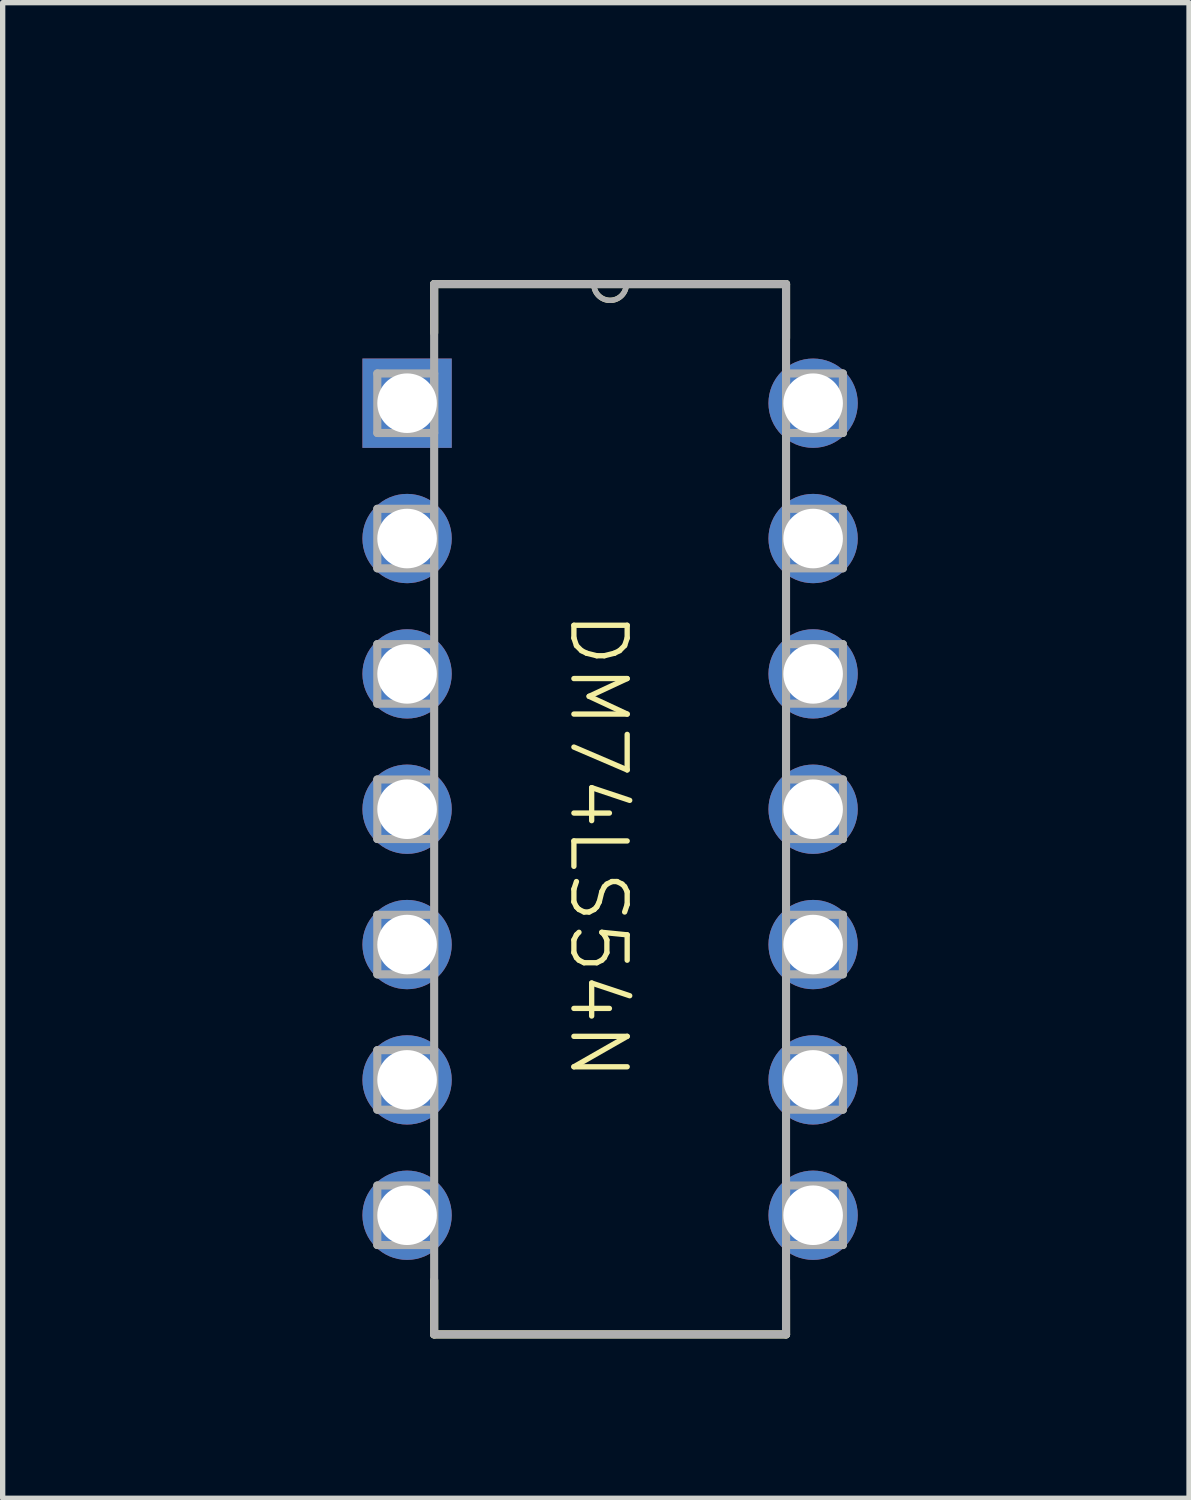
<source format=kicad_pcb>
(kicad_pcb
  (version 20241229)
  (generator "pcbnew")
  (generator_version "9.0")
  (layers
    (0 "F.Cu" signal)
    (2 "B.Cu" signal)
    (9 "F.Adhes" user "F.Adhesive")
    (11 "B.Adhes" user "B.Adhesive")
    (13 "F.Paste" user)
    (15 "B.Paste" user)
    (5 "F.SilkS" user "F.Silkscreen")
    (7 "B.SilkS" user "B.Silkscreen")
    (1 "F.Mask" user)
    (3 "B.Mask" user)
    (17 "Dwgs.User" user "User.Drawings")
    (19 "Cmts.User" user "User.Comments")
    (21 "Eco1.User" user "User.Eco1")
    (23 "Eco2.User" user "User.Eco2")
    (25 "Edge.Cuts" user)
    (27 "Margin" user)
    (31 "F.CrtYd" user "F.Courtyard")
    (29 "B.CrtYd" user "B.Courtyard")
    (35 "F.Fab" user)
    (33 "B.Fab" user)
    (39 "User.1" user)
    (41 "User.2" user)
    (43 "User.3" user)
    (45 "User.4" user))
  (footprint "DM74LS54N"
    (layer "F.Cu")
    (at 7.593 10.921)
    (property "Reference" "DM74LS54N" (at 1.27 -10.16 0) (unlocked yes) (layer "User.1") (effects (font (size 1 1) (thickness 0.1))))
    (attr through_hole)
    (fp_line (start -2.495 -8.639) (end -2.495 -7.724) (stroke (width 0.152) (type solid)) (layer "F.SilkS"))
    (fp_line (start -2.495 10.056) (end -2.495 11.072) (stroke (width 0.152) (type solid)) (layer "F.SilkS"))
    (fp_line (start -2.495 11.072) (end 4.109 11.072) (stroke (width 0.152) (type solid)) (layer "F.SilkS"))
    (fp_line (start 0.502 -8.639) (end -2.495 -8.639) (stroke (width 0.152) (type solid)) (layer "F.SilkS"))
    (fp_line (start 1.112 -8.639) (end 0.502 -8.639) (stroke (width 0.152) (type solid)) (layer "F.SilkS"))
    (fp_line (start 4.109 -8.639) (end 1.112 -8.639) (stroke (width 0.152) (type solid)) (layer "F.SilkS"))
    (fp_line (start 4.109 -7.623) (end 4.109 -8.639) (stroke (width 0.152) (type solid)) (layer "F.SilkS"))
    (fp_line (start 4.109 11.072) (end 4.109 10.056) (stroke (width 0.152) (type solid)) (layer "F.SilkS"))
    (fp_arc (start 1.11155 -8.63889) (mid 0.80675 -8.33409) (end 0.50195 -8.63889) (stroke (width 0.1) (type solid)) (layer "F.SilkS"))
    (fp_line (start -3.562 -6.962) (end -3.562 -5.845) (stroke (width 0.152) (type solid)) (layer "F.Fab"))
    (fp_line (start -3.562 -5.845) (end -2.495 -5.845) (stroke (width 0.152) (type solid)) (layer "F.Fab"))
    (fp_line (start -3.562 -4.422) (end -3.562 -3.305) (stroke (width 0.152) (type solid)) (layer "F.Fab"))
    (fp_line (start -3.562 -3.305) (end -2.495 -3.305) (stroke (width 0.152) (type solid)) (layer "F.Fab"))
    (fp_line (start -3.562 -1.882) (end -3.562 -0.765) (stroke (width 0.152) (type solid)) (layer "F.Fab"))
    (fp_line (start -3.562 -0.765) (end -2.495 -0.765) (stroke (width 0.152) (type solid)) (layer "F.Fab"))
    (fp_line (start -3.562 0.658) (end -3.562 1.775) (stroke (width 0.152) (type solid)) (layer "F.Fab"))
    (fp_line (start -3.562 1.775) (end -2.495 1.775) (stroke (width 0.152) (type solid)) (layer "F.Fab"))
    (fp_line (start -3.562 3.198) (end -3.562 4.315) (stroke (width 0.152) (type solid)) (layer "F.Fab"))
    (fp_line (start -3.562 4.315) (end -2.495 4.315) (stroke (width 0.152) (type solid)) (layer "F.Fab"))
    (fp_line (start -3.562 5.738) (end -3.562 6.855) (stroke (width 0.152) (type solid)) (layer "F.Fab"))
    (fp_line (start -3.562 6.855) (end -2.495 6.855) (stroke (width 0.152) (type solid)) (layer "F.Fab"))
    (fp_line (start -3.562 8.278) (end -3.562 9.395) (stroke (width 0.152) (type solid)) (layer "F.Fab"))
    (fp_line (start -3.562 9.395) (end -2.495 9.395) (stroke (width 0.152) (type solid)) (layer "F.Fab"))
    (fp_line (start -2.495 -8.639) (end -2.495 11.072) (stroke (width 0.152) (type solid)) (layer "F.Fab"))
    (fp_line (start -2.495 -6.962) (end -3.562 -6.962) (stroke (width 0.152) (type solid)) (layer "F.Fab"))
    (fp_line (start -2.495 -5.845) (end -2.495 -6.962) (stroke (width 0.152) (type solid)) (layer "F.Fab"))
    (fp_line (start -2.495 -4.422) (end -3.562 -4.422) (stroke (width 0.152) (type solid)) (layer "F.Fab"))
    (fp_line (start -2.495 -3.305) (end -2.495 -4.422) (stroke (width 0.152) (type solid)) (layer "F.Fab"))
    (fp_line (start -2.495 -1.882) (end -3.562 -1.882) (stroke (width 0.152) (type solid)) (layer "F.Fab"))
    (fp_line (start -2.495 -0.765) (end -2.495 -1.882) (stroke (width 0.152) (type solid)) (layer "F.Fab"))
    (fp_line (start -2.495 0.658) (end -3.562 0.658) (stroke (width 0.152) (type solid)) (layer "F.Fab"))
    (fp_line (start -2.495 1.775) (end -2.495 0.658) (stroke (width 0.152) (type solid)) (layer "F.Fab"))
    (fp_line (start -2.495 3.198) (end -3.562 3.198) (stroke (width 0.152) (type solid)) (layer "F.Fab"))
    (fp_line (start -2.495 4.315) (end -2.495 3.198) (stroke (width 0.152) (type solid)) (layer "F.Fab"))
    (fp_line (start -2.495 5.738) (end -3.562 5.738) (stroke (width 0.152) (type solid)) (layer "F.Fab"))
    (fp_line (start -2.495 6.855) (end -2.495 5.738) (stroke (width 0.152) (type solid)) (layer "F.Fab"))
    (fp_line (start -2.495 8.278) (end -3.562 8.278) (stroke (width 0.152) (type solid)) (layer "F.Fab"))
    (fp_line (start -2.495 9.395) (end -2.495 8.278) (stroke (width 0.152) (type solid)) (layer "F.Fab"))
    (fp_line (start -2.495 11.072) (end 4.109 11.072) (stroke (width 0.152) (type solid)) (layer "F.Fab"))
    (fp_line (start 0.502 -8.639) (end -2.495 -8.639) (stroke (width 0.152) (type solid)) (layer "F.Fab"))
    (fp_line (start 1.112 -8.639) (end 0.502 -8.639) (stroke (width 0.152) (type solid)) (layer "F.Fab"))
    (fp_line (start 4.109 -8.639) (end 1.112 -8.639) (stroke (width 0.152) (type solid)) (layer "F.Fab"))
    (fp_line (start 4.109 -6.962) (end 4.109 -5.845) (stroke (width 0.152) (type solid)) (layer "F.Fab"))
    (fp_line (start 4.109 -5.845) (end 5.176 -5.845) (stroke (width 0.152) (type solid)) (layer "F.Fab"))
    (fp_line (start 4.109 -4.422) (end 4.109 -3.305) (stroke (width 0.152) (type solid)) (layer "F.Fab"))
    (fp_line (start 4.109 -3.305) (end 5.176 -3.305) (stroke (width 0.152) (type solid)) (layer "F.Fab"))
    (fp_line (start 4.109 -1.882) (end 4.109 -0.765) (stroke (width 0.152) (type solid)) (layer "F.Fab"))
    (fp_line (start 4.109 -0.765) (end 5.176 -0.765) (stroke (width 0.152) (type solid)) (layer "F.Fab"))
    (fp_line (start 4.109 0.658) (end 4.109 1.775) (stroke (width 0.152) (type solid)) (layer "F.Fab"))
    (fp_line (start 4.109 1.775) (end 5.176 1.775) (stroke (width 0.152) (type solid)) (layer "F.Fab"))
    (fp_line (start 4.109 3.198) (end 4.109 4.315) (stroke (width 0.152) (type solid)) (layer "F.Fab"))
    (fp_line (start 4.109 4.315) (end 5.176 4.315) (stroke (width 0.152) (type solid)) (layer "F.Fab"))
    (fp_line (start 4.109 5.738) (end 4.109 6.855) (stroke (width 0.152) (type solid)) (layer "F.Fab"))
    (fp_line (start 4.109 6.855) (end 5.176 6.855) (stroke (width 0.152) (type solid)) (layer "F.Fab"))
    (fp_line (start 4.109 8.278) (end 4.109 9.395) (stroke (width 0.152) (type solid)) (layer "F.Fab"))
    (fp_line (start 4.109 9.395) (end 5.176 9.395) (stroke (width 0.152) (type solid)) (layer "F.Fab"))
    (fp_line (start 4.109 11.072) (end 4.109 -8.639) (stroke (width 0.152) (type solid)) (layer "F.Fab"))
    (fp_line (start 5.176 -6.962) (end 4.109 -6.962) (stroke (width 0.152) (type solid)) (layer "F.Fab"))
    (fp_line (start 5.176 -5.845) (end 5.176 -6.962) (stroke (width 0.152) (type solid)) (layer "F.Fab"))
    (fp_line (start 5.176 -4.422) (end 4.109 -4.422) (stroke (width 0.152) (type solid)) (layer "F.Fab"))
    (fp_line (start 5.176 -3.305) (end 5.176 -4.422) (stroke (width 0.152) (type solid)) (layer "F.Fab"))
    (fp_line (start 5.176 -1.882) (end 4.109 -1.882) (stroke (width 0.152) (type solid)) (layer "F.Fab"))
    (fp_line (start 5.176 -0.765) (end 5.176 -1.882) (stroke (width 0.152) (type solid)) (layer "F.Fab"))
    (fp_line (start 5.176 0.658) (end 4.109 0.658) (stroke (width 0.152) (type solid)) (layer "F.Fab"))
    (fp_line (start 5.176 1.775) (end 5.176 0.658) (stroke (width 0.152) (type solid)) (layer "F.Fab"))
    (fp_line (start 5.176 3.198) (end 4.109 3.198) (stroke (width 0.152) (type solid)) (layer "F.Fab"))
    (fp_line (start 5.176 4.315) (end 5.176 3.198) (stroke (width 0.152) (type solid)) (layer "F.Fab"))
    (fp_line (start 5.176 5.738) (end 4.109 5.738) (stroke (width 0.152) (type solid)) (layer "F.Fab"))
    (fp_line (start 5.176 6.855) (end 5.176 5.738) (stroke (width 0.152) (type solid)) (layer "F.Fab"))
    (fp_line (start 5.176 8.278) (end 4.109 8.278) (stroke (width 0.152) (type solid)) (layer "F.Fab"))
    (fp_line (start 5.176 9.395) (end 5.176 8.278) (stroke (width 0.152) (type solid)) (layer "F.Fab"))
    (fp_arc (start 1.11155 -8.63889) (mid 0.80675 -8.33409) (end 0.50195 -8.63889) (stroke (width 0.1) (type solid)) (layer "F.Fab"))
    (fp_text user "DM74LS54N" (at 0 -2.54 270) (unlocked yes) (layer "F.SilkS") (effects (font (size 1 1) (thickness 0.1)) (justify left bottom)))
    (fp_text user "VCC" (at 5.715 -5.715 0) (unlocked yes) (layer "User.1") (effects (font (size 1 1) (thickness 0.1)) (justify left bottom)))
    (fp_text user "G" (at 5.715 4.445 0) (unlocked yes) (layer "User.1") (effects (font (size 1 1) (thickness 0.1)) (justify left bottom)))
    (fp_text user "D" (at -4.445 1.905 0) (unlocked yes) (layer "User.1") (effects (font (size 1 1) (thickness 0.1)) (justify right bottom)))
    (fp_text user "F" (at 5.715 6.985 0) (unlocked yes) (layer "User.1") (effects (font (size 1 1) (thickness 0.1)) (justify left bottom)))
    (fp_text user "I" (at 5.715 -0.635 0) (unlocked yes) (layer "User.1") (effects (font (size 1 1) (thickness 0.1)) (justify left bottom)))
    (fp_text user "J" (at 5.715 -3.175 0) (unlocked yes) (layer "User.1") (effects (font (size 1 1) (thickness 0.1)) (justify left bottom)))
    (fp_text user "C" (at -4.445 -0.635 0) (unlocked yes) (layer "User.1") (effects (font (size 1 1) (thickness 0.1)) (justify right bottom)))
    (fp_text user "A" (at -4.445 -5.715 0) (unlocked yes) (layer "User.1") (effects (font (size 1 1) (thickness 0.1)) (justify right bottom)))
    (fp_text user "B" (at -4.445 -3.175 0) (unlocked yes) (layer "User.1") (effects (font (size 1 1) (thickness 0.1)) (justify right bottom)))
    (fp_text user "Y" (at -4.445 6.985 0) (unlocked yes) (layer "User.1") (effects (font (size 1 1) (thickness 0.1)) (justify right bottom)))
    (fp_text user "NC" (at 5.715 9.525 0) (unlocked yes) (layer "User.1") (effects (font (size 1 1) (thickness 0.1)) (justify left bottom)))
    (fp_text user "GND" (at -4.445 9.525 0) (unlocked yes) (layer "User.1") (effects (font (size 1 1) (thickness 0.1)) (justify right bottom)))
    (fp_text user "E" (at -4.445 4.445 0) (unlocked yes) (layer "User.1") (effects (font (size 1 1) (thickness 0.1)) (justify right bottom)))
    (fp_text user "H" (at 5.715 1.905 0) (unlocked yes) (layer "User.1") (effects (font (size 1 1) (thickness 0.1)) (justify left bottom)))
    (pad "1" thru_hole rect (at -3.003 -6.404) (size 1.676 1.676) (drill 1.118) (layers "*.Cu" "*.Mask"))
    (pad "2" thru_hole circle (at -3.003 -3.864) (size 1.676 1.676) (drill 1.118) (layers "*.Cu" "*.Mask"))
    (pad "3" thru_hole circle (at -3.003 -1.324) (size 1.676 1.676) (drill 1.118) (layers "*.Cu" "*.Mask"))
    (pad "4" thru_hole circle (at -3.003 1.216) (size 1.676 1.676) (drill 1.118) (layers "*.Cu" "*.Mask"))
    (pad "5" thru_hole circle (at -3.003 3.756) (size 1.676 1.676) (drill 1.118) (layers "*.Cu" "*.Mask"))
    (pad "6" thru_hole circle (at -3.003 6.296) (size 1.676 1.676) (drill 1.118) (layers "*.Cu" "*.Mask"))
    (pad "7" thru_hole circle (at -3.003 8.836) (size 1.676 1.676) (drill 1.118) (layers "*.Cu" "*.Mask"))
    (pad "8" thru_hole circle (at 4.617 8.836) (size 1.676 1.676) (drill 1.118) (layers "*.Cu" "*.Mask"))
    (pad "9" thru_hole circle (at 4.617 6.296) (size 1.676 1.676) (drill 1.118) (layers "*.Cu" "*.Mask"))
    (pad "10" thru_hole circle (at 4.617 3.756) (size 1.676 1.676) (drill 1.118) (layers "*.Cu" "*.Mask"))
    (pad "11" thru_hole circle (at 4.617 1.216) (size 1.676 1.676) (drill 1.118) (layers "*.Cu" "*.Mask"))
    (pad "12" thru_hole circle (at 4.617 -1.324) (size 1.676 1.676) (drill 1.118) (layers "*.Cu" "*.Mask"))
    (pad "13" thru_hole circle (at 4.617 -3.864) (size 1.676 1.676) (drill 1.118) (layers "*.Cu" "*.Mask"))
    (pad "14" thru_hole circle (at 4.617 -6.404) (size 1.676 1.676) (drill 1.118) (layers "*.Cu" "*.Mask")))
  (gr_rect
    (start -3 -3)
    (end 19.265 25.068)
    (stroke (width 0.1) (type default))
    (fill no)
    (layer "Edge.Cuts")))
</source>
